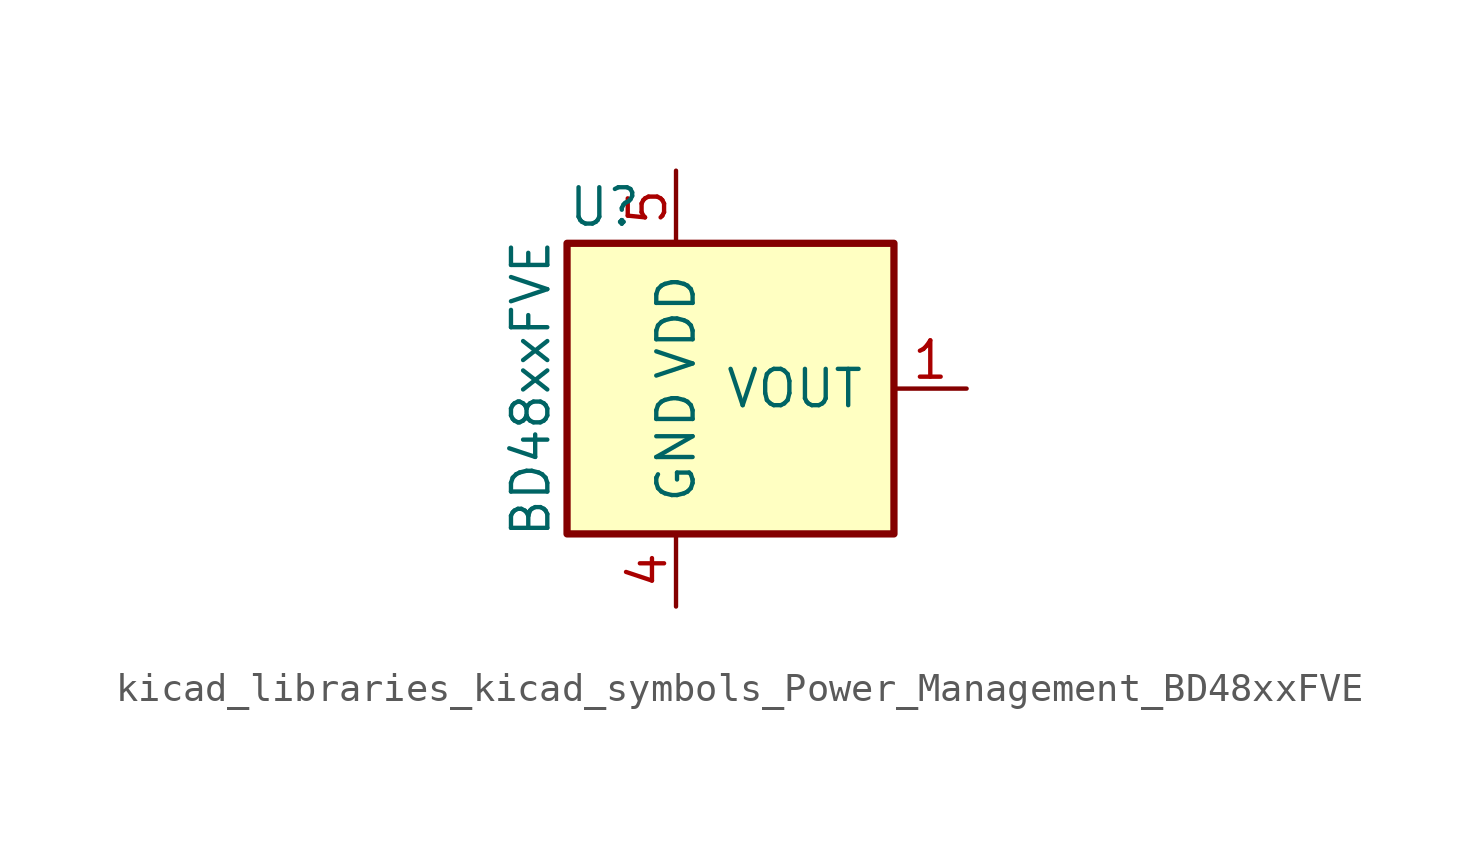
<source format=kicad_sym>
(kicad_symbol_lib
  (version 20220914)
  (generator kicad_symbol_editor)
  (symbol "kicad_libraries_kicad_symbols_Power_Management_BD48xxFVE"
    (pin_names
      (offset 1.016))
    (property "Reference" "U"
      (at -3.81 6.35 0)
      (effects (font (size 1.27 1.27)) (justify left)))
    (property "Value" "BD48xxFVE"
      (at -5.08 0 90)
      (effects (font (size 1.27 1.27))))
    (symbol "kicad_libraries_kicad_symbols_Power_Management_BD48xxFVE_1_1"
      (rectangle (start -3.81 5.08) (end 7.62 -5.08) (stroke (width 0.254) (type default)) (fill (type background)))
      (pin output line (at 10.16 0 180) (length 2.54) (name "VOUT" (effects (font (size 1.27 1.27)))) (number "1" (effects (font (size 1.27 1.27)))))
      (pin passive line (at 0 -7.62 90) (length 2.54) hide (name "GND" (effects (font (size 1.27 1.27)))) (number "2" (effects (font (size 1.27 1.27)))))
      (pin power_in line (at 0 -7.62 90) (length 2.54) (name "GND" (effects (font (size 1.27 1.27)))) (number "4" (effects (font (size 1.27 1.27)))))
      (pin power_in line (at 0 7.62 270) (length 2.54) (name "VDD" (effects (font (size 1.27 1.27)))) (number "5" (effects (font (size 1.27 1.27))))))))
</source>
